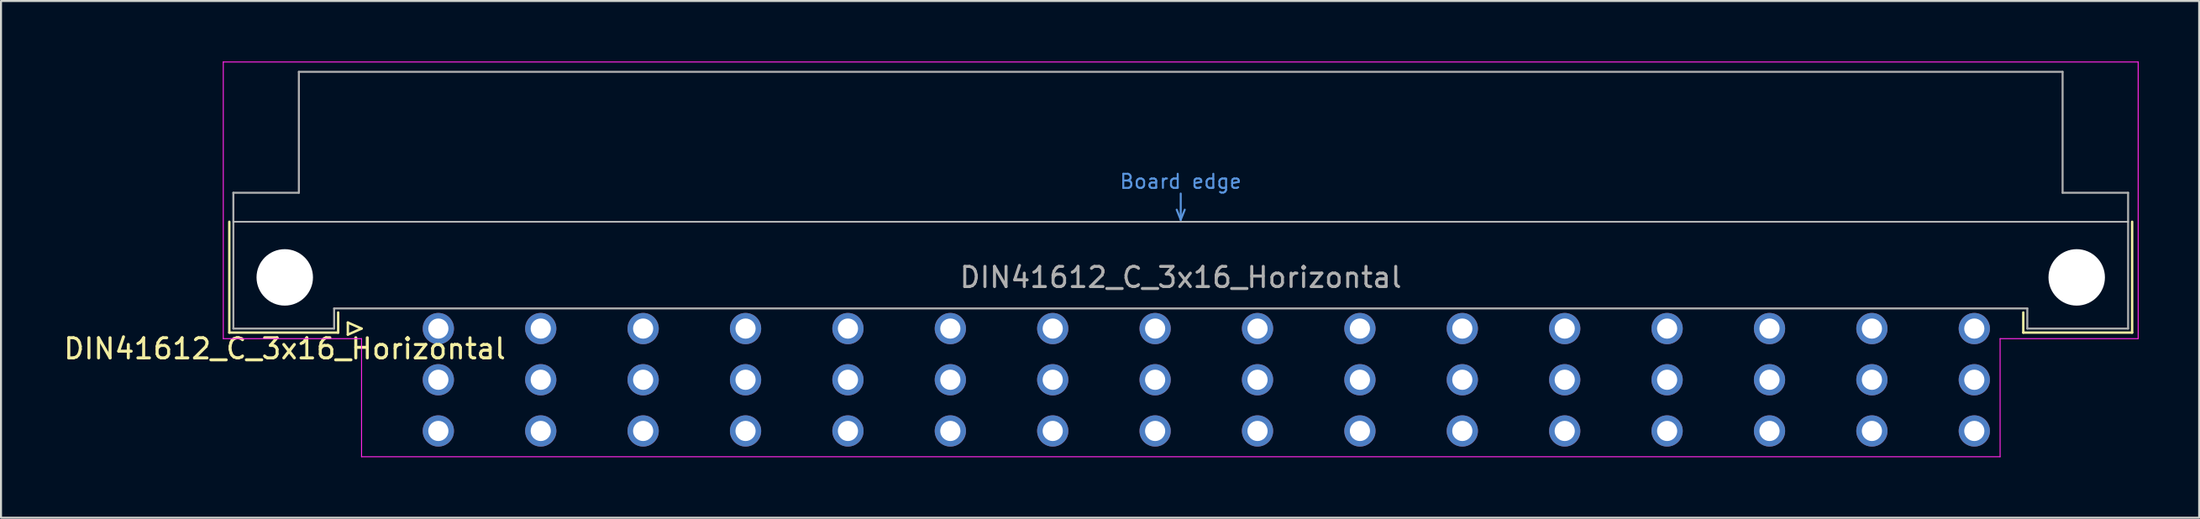
<source format=kicad_pcb>
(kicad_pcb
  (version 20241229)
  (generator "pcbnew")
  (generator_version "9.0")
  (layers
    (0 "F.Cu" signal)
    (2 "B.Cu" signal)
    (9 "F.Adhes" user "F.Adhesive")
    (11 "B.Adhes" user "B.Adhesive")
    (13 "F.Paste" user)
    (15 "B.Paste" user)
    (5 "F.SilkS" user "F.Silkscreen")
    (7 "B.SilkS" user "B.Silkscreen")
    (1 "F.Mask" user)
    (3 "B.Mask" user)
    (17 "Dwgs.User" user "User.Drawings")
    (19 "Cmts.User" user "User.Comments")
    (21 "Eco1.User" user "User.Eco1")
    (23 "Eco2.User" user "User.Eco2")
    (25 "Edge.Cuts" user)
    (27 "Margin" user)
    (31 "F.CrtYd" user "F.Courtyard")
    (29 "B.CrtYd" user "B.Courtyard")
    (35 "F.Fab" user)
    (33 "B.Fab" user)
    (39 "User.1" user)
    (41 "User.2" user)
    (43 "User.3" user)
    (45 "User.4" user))
  (footprint "DIN41612_C_3x16_Horizontal"
    (layer "F.Cu")
    (at 16.157 13.255)
    (property "Reference" "DIN41612_C_3x16_Horizontal" (at -5.08 1 0) (layer "F.SilkS") (effects (font (size 1 1) (thickness 0.15))))
    (attr through_hole)
    (fp_line (start -7.83 -5.3) (end -7.83 0.2) (stroke (width 0.12) (type solid)) (layer "F.SilkS"))
    (fp_line (start -7.83 0.2) (end -2.43 0.2) (stroke (width 0.12) (type solid)) (layer "F.SilkS"))
    (fp_line (start -2.43 0.2) (end -2.43 -0.8) (stroke (width 0.12) (type solid)) (layer "F.SilkS"))
    (fp_line (start -1.95 -0.3) (end -1.95 0.3) (stroke (width 0.12) (type solid)) (layer "F.SilkS"))
    (fp_line (start -1.95 0.3) (end -1.27 0) (stroke (width 0.12) (type solid)) (layer "F.SilkS"))
    (fp_line (start -1.27 0) (end -1.95 -0.3) (stroke (width 0.12) (type solid)) (layer "F.SilkS"))
    (fp_line (start 81.17 0.2) (end 81.17 -0.8) (stroke (width 0.12) (type solid)) (layer "F.SilkS"))
    (fp_line (start 86.57 -5.3) (end 86.57 0.2) (stroke (width 0.12) (type solid)) (layer "F.SilkS"))
    (fp_line (start 86.57 0.2) (end 81.17 0.2) (stroke (width 0.12) (type solid)) (layer "F.SilkS"))
    (fp_line (start -7.63 -5.3) (end 86.37 -5.3) (stroke (width 0.08) (type solid)) (layer "Dwgs.User"))
    (fp_line (start 39.17 -5.9) (end 39.37 -5.4) (stroke (width 0.1) (type solid)) (layer "Cmts.User"))
    (fp_line (start 39.37 -5.4) (end 39.37 -6.7) (stroke (width 0.1) (type solid)) (layer "Cmts.User"))
    (fp_line (start 39.37 -5.4) (end 39.57 -5.9) (stroke (width 0.1) (type solid)) (layer "Cmts.User"))
    (fp_line (start -8.13 -13.23) (end -8.13 0.5) (stroke (width 0.05) (type solid)) (layer "F.CrtYd"))
    (fp_line (start -8.13 0.5) (end -1.27 0.5) (stroke (width 0.05) (type solid)) (layer "F.CrtYd"))
    (fp_line (start -1.27 0.5) (end -1.27 6.36) (stroke (width 0.05) (type solid)) (layer "F.CrtYd"))
    (fp_line (start -1.27 6.36) (end 80.02 6.36) (stroke (width 0.05) (type solid)) (layer "F.CrtYd"))
    (fp_line (start 80.02 0.5) (end 86.87 0.5) (stroke (width 0.05) (type solid)) (layer "F.CrtYd"))
    (fp_line (start 80.02 6.36) (end 80.02 0.5) (stroke (width 0.05) (type solid)) (layer "F.CrtYd"))
    (fp_line (start 86.87 -13.23) (end -8.13 -13.23) (stroke (width 0.05) (type solid)) (layer "F.CrtYd"))
    (fp_line (start 86.87 0.5) (end 86.87 -13.23) (stroke (width 0.05) (type solid)) (layer "F.CrtYd"))
    (fp_line (start -7.63 -6.74) (end -7.63 0) (stroke (width 0.1) (type solid)) (layer "F.Fab"))
    (fp_line (start -7.63 0) (end -2.63 0) (stroke (width 0.1) (type solid)) (layer "F.Fab"))
    (fp_line (start -4.38 -12.74) (end -4.38 -6.74) (stroke (width 0.1) (type solid)) (layer "F.Fab"))
    (fp_line (start -4.38 -6.74) (end -7.63 -6.74) (stroke (width 0.1) (type solid)) (layer "F.Fab"))
    (fp_line (start -2.63 -1) (end 81.37 -1) (stroke (width 0.1) (type solid)) (layer "F.Fab"))
    (fp_line (start -2.63 0) (end -2.63 -1) (stroke (width 0.1) (type solid)) (layer "F.Fab"))
    (fp_line (start 81.37 -1) (end 81.37 0) (stroke (width 0.1) (type solid)) (layer "F.Fab"))
    (fp_line (start 81.37 0) (end 86.37 0) (stroke (width 0.1) (type solid)) (layer "F.Fab"))
    (fp_line (start 83.12 -12.74) (end -4.38 -12.74) (stroke (width 0.1) (type solid)) (layer "F.Fab"))
    (fp_line (start 83.12 -6.74) (end 83.12 -12.74) (stroke (width 0.1) (type solid)) (layer "F.Fab"))
    (fp_line (start 86.37 -6.74) (end 83.12 -6.74) (stroke (width 0.1) (type solid)) (layer "F.Fab"))
    (fp_line (start 86.37 0) (end 86.37 -6.74) (stroke (width 0.1) (type solid)) (layer "F.Fab"))
    (fp_text user "Board edge" (at 39.37 -7.3 0) (layer "Cmts.User") (effects (font (size 0.7 0.7) (thickness 0.1))))
    (fp_text user "${REFERENCE}" (at 39.37 -2.54 0) (layer "F.Fab") (effects (font (size 1 1) (thickness 0.15))))
    (pad "" np_thru_hole circle (at -5.08 -2.54) (size 2.8 2.8) (drill 2.8) (layers "*.Cu" "*.Mask"))
    (pad "" np_thru_hole circle (at 83.82 -2.54) (size 2.8 2.8) (drill 2.8) (layers "*.Cu" "*.Mask"))
    (pad "a2" thru_hole circle (at 2.54 0) (size 1.55 1.55) (drill 1) (layers "*.Cu" "*.Mask"))
    (pad "a4" thru_hole circle (at 7.62 0) (size 1.55 1.55) (drill 1) (layers "*.Cu" "*.Mask"))
    (pad "a6" thru_hole circle (at 12.7 0) (size 1.55 1.55) (drill 1) (layers "*.Cu" "*.Mask"))
    (pad "a8" thru_hole circle (at 17.78 0) (size 1.55 1.55) (drill 1) (layers "*.Cu" "*.Mask"))
    (pad "a10" thru_hole circle (at 22.86 0) (size 1.55 1.55) (drill 1) (layers "*.Cu" "*.Mask"))
    (pad "a12" thru_hole circle (at 27.94 0) (size 1.55 1.55) (drill 1) (layers "*.Cu" "*.Mask"))
    (pad "a14" thru_hole circle (at 33.02 0) (size 1.55 1.55) (drill 1) (layers "*.Cu" "*.Mask"))
    (pad "a16" thru_hole circle (at 38.1 0) (size 1.55 1.55) (drill 1) (layers "*.Cu" "*.Mask"))
    (pad "a18" thru_hole circle (at 43.18 0) (size 1.55 1.55) (drill 1) (layers "*.Cu" "*.Mask"))
    (pad "a20" thru_hole circle (at 48.26 0) (size 1.55 1.55) (drill 1) (layers "*.Cu" "*.Mask"))
    (pad "a22" thru_hole circle (at 53.34 0) (size 1.55 1.55) (drill 1) (layers "*.Cu" "*.Mask"))
    (pad "a24" thru_hole circle (at 58.42 0) (size 1.55 1.55) (drill 1) (layers "*.Cu" "*.Mask"))
    (pad "a26" thru_hole circle (at 63.5 0) (size 1.55 1.55) (drill 1) (layers "*.Cu" "*.Mask"))
    (pad "a28" thru_hole circle (at 68.58 0) (size 1.55 1.55) (drill 1) (layers "*.Cu" "*.Mask"))
    (pad "a30" thru_hole circle (at 73.66 0) (size 1.55 1.55) (drill 1) (layers "*.Cu" "*.Mask"))
    (pad "a32" thru_hole circle (at 78.74 0) (size 1.55 1.55) (drill 1) (layers "*.Cu" "*.Mask"))
    (pad "b2" thru_hole circle (at 2.54 2.54) (size 1.55 1.55) (drill 1) (layers "*.Cu" "*.Mask"))
    (pad "b4" thru_hole circle (at 7.62 2.54) (size 1.55 1.55) (drill 1) (layers "*.Cu" "*.Mask"))
    (pad "b6" thru_hole circle (at 12.7 2.54) (size 1.55 1.55) (drill 1) (layers "*.Cu" "*.Mask"))
    (pad "b8" thru_hole circle (at 17.78 2.54) (size 1.55 1.55) (drill 1) (layers "*.Cu" "*.Mask"))
    (pad "b10" thru_hole circle (at 22.86 2.54) (size 1.55 1.55) (drill 1) (layers "*.Cu" "*.Mask"))
    (pad "b12" thru_hole circle (at 27.94 2.54) (size 1.55 1.55) (drill 1) (layers "*.Cu" "*.Mask"))
    (pad "b14" thru_hole circle (at 33.02 2.54) (size 1.55 1.55) (drill 1) (layers "*.Cu" "*.Mask"))
    (pad "b16" thru_hole circle (at 38.1 2.54) (size 1.55 1.55) (drill 1) (layers "*.Cu" "*.Mask"))
    (pad "b18" thru_hole circle (at 43.18 2.54) (size 1.55 1.55) (drill 1) (layers "*.Cu" "*.Mask"))
    (pad "b20" thru_hole circle (at 48.26 2.54) (size 1.55 1.55) (drill 1) (layers "*.Cu" "*.Mask"))
    (pad "b22" thru_hole circle (at 53.34 2.54) (size 1.55 1.55) (drill 1) (layers "*.Cu" "*.Mask"))
    (pad "b24" thru_hole circle (at 58.42 2.54) (size 1.55 1.55) (drill 1) (layers "*.Cu" "*.Mask"))
    (pad "b26" thru_hole circle (at 63.5 2.54) (size 1.55 1.55) (drill 1) (layers "*.Cu" "*.Mask"))
    (pad "b28" thru_hole circle (at 68.58 2.54) (size 1.55 1.55) (drill 1) (layers "*.Cu" "*.Mask"))
    (pad "b30" thru_hole circle (at 73.66 2.54) (size 1.55 1.55) (drill 1) (layers "*.Cu" "*.Mask"))
    (pad "b32" thru_hole circle (at 78.74 2.54) (size 1.55 1.55) (drill 1) (layers "*.Cu" "*.Mask"))
    (pad "c2" thru_hole circle (at 2.54 5.08) (size 1.55 1.55) (drill 1) (layers "*.Cu" "*.Mask"))
    (pad "c4" thru_hole circle (at 7.62 5.08) (size 1.55 1.55) (drill 1) (layers "*.Cu" "*.Mask"))
    (pad "c6" thru_hole circle (at 12.7 5.08) (size 1.55 1.55) (drill 1) (layers "*.Cu" "*.Mask"))
    (pad "c8" thru_hole circle (at 17.78 5.08) (size 1.55 1.55) (drill 1) (layers "*.Cu" "*.Mask"))
    (pad "c10" thru_hole circle (at 22.86 5.08) (size 1.55 1.55) (drill 1) (layers "*.Cu" "*.Mask"))
    (pad "c12" thru_hole circle (at 27.94 5.08) (size 1.55 1.55) (drill 1) (layers "*.Cu" "*.Mask"))
    (pad "c14" thru_hole circle (at 33.02 5.08) (size 1.55 1.55) (drill 1) (layers "*.Cu" "*.Mask"))
    (pad "c16" thru_hole circle (at 38.1 5.08) (size 1.55 1.55) (drill 1) (layers "*.Cu" "*.Mask"))
    (pad "c18" thru_hole circle (at 43.18 5.08) (size 1.55 1.55) (drill 1) (layers "*.Cu" "*.Mask"))
    (pad "c20" thru_hole circle (at 48.26 5.08) (size 1.55 1.55) (drill 1) (layers "*.Cu" "*.Mask"))
    (pad "c22" thru_hole circle (at 53.34 5.08) (size 1.55 1.55) (drill 1) (layers "*.Cu" "*.Mask"))
    (pad "c24" thru_hole circle (at 58.42 5.08) (size 1.55 1.55) (drill 1) (layers "*.Cu" "*.Mask"))
    (pad "c26" thru_hole circle (at 63.5 5.08) (size 1.55 1.55) (drill 1) (layers "*.Cu" "*.Mask"))
    (pad "c28" thru_hole circle (at 68.58 5.08) (size 1.55 1.55) (drill 1) (layers "*.Cu" "*.Mask"))
    (pad "c30" thru_hole circle (at 73.66 5.08) (size 1.55 1.55) (drill 1) (layers "*.Cu" "*.Mask"))
    (pad "c32" thru_hole circle (at 78.74 5.08) (size 1.55 1.55) (drill 1) (layers "*.Cu" "*.Mask")))
  (gr_rect
    (start -3 -3)
    (end 106.052 22.64)
    (stroke (width 0.1) (type default))
    (fill no)
    (layer "Edge.Cuts")))
</source>
